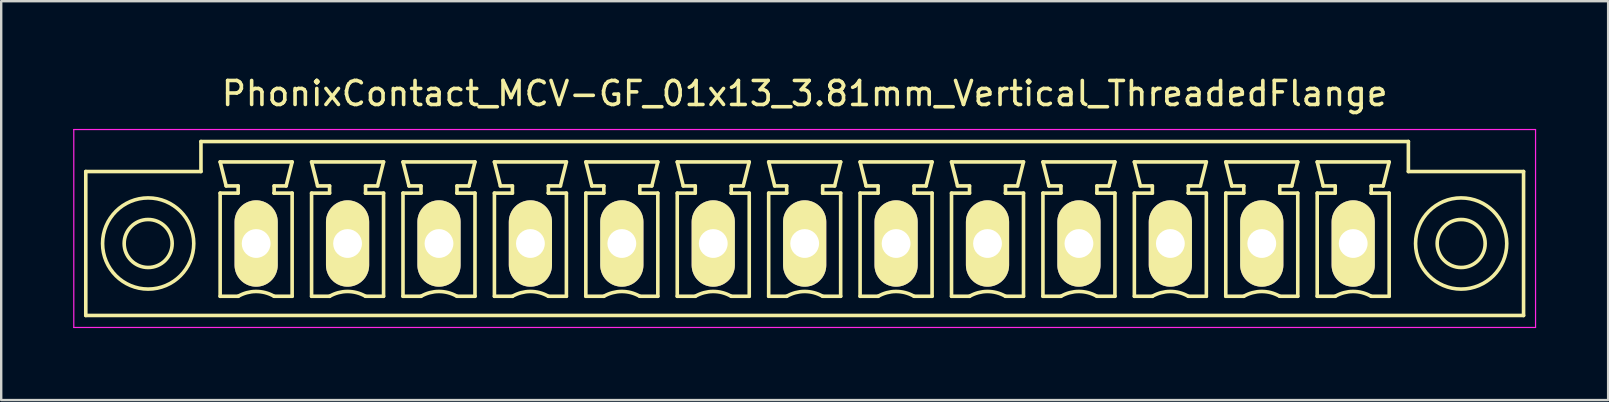
<source format=kicad_pcb>
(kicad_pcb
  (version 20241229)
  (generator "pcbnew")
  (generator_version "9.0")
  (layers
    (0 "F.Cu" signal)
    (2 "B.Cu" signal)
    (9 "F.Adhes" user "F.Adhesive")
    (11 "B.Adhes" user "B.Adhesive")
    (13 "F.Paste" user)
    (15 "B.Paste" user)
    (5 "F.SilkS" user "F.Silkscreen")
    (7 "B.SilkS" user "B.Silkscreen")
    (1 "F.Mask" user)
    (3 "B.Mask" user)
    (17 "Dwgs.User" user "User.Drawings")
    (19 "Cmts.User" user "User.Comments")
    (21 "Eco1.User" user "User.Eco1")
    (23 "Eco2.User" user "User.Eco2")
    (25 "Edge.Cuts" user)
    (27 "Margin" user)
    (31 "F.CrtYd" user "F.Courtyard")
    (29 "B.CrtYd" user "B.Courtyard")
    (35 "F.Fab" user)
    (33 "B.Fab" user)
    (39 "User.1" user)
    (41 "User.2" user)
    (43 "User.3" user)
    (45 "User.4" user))
  (footprint "PhonixContact_MCV-GF_01x13_3.81mm_Vertical_ThreadedFlange"
    (layer "F.Cu")
    (at 7.625 7.098)
    (property "Reference" "PhonixContact_MCV-GF_01x13_3.81mm_Vertical_ThreadedFlange" (at 22.86 -6.25 0) (layer "F.SilkS") (effects (font (size 1 1) (thickness 0.15))))
    (attr through_hole)
    (fp_line (start -7.1 -3) (end -7.1 3) (stroke (width 0.15) (type solid)) (layer "F.SilkS"))
    (fp_line (start -7.1 3) (end 52.82 3) (stroke (width 0.15) (type solid)) (layer "F.SilkS"))
    (fp_line (start -2.3 -4.25) (end -2.3 -3) (stroke (width 0.15) (type solid)) (layer "F.SilkS"))
    (fp_line (start -2.3 -3) (end -7.1 -3) (stroke (width 0.15) (type solid)) (layer "F.SilkS"))
    (fp_line (start -1.5 -3.4) (end 1.5 -3.4) (stroke (width 0.15) (type solid)) (layer "F.SilkS"))
    (fp_line (start -1.5 -2.1) (end -0.75 -2.1) (stroke (width 0.15) (type solid)) (layer "F.SilkS"))
    (fp_line (start -1.5 2.2) (end -1.5 -2.1) (stroke (width 0.15) (type solid)) (layer "F.SilkS"))
    (fp_line (start -1.25 -2.4) (end -1.5 -3.4) (stroke (width 0.15) (type solid)) (layer "F.SilkS"))
    (fp_line (start -0.75 -2.4) (end -1.25 -2.4) (stroke (width 0.15) (type solid)) (layer "F.SilkS"))
    (fp_line (start -0.75 -2.1) (end -0.75 -2.4) (stroke (width 0.15) (type solid)) (layer "F.SilkS"))
    (fp_line (start -0.75 2.2) (end -1.5 2.2) (stroke (width 0.15) (type solid)) (layer "F.SilkS"))
    (fp_line (start 0.75 -2.4) (end 0.75 -2.1) (stroke (width 0.15) (type solid)) (layer "F.SilkS"))
    (fp_line (start 0.75 -2.1) (end 0.75 -2.1) (stroke (width 0.15) (type solid)) (layer "F.SilkS"))
    (fp_line (start 0.75 -2.1) (end 1.5 -2.1) (stroke (width 0.15) (type solid)) (layer "F.SilkS"))
    (fp_line (start 1.25 -2.4) (end 0.75 -2.4) (stroke (width 0.15) (type solid)) (layer "F.SilkS"))
    (fp_line (start 1.5 -3.4) (end 1.25 -2.4) (stroke (width 0.15) (type solid)) (layer "F.SilkS"))
    (fp_line (start 1.5 -2.1) (end 1.5 2.2) (stroke (width 0.15) (type solid)) (layer "F.SilkS"))
    (fp_line (start 1.5 2.2) (end 0.75 2.2) (stroke (width 0.15) (type solid)) (layer "F.SilkS"))
    (fp_line (start 2.31 -3.4) (end 5.31 -3.4) (stroke (width 0.15) (type solid)) (layer "F.SilkS"))
    (fp_line (start 2.31 -2.1) (end 3.06 -2.1) (stroke (width 0.15) (type solid)) (layer "F.SilkS"))
    (fp_line (start 2.31 2.2) (end 2.31 -2.1) (stroke (width 0.15) (type solid)) (layer "F.SilkS"))
    (fp_line (start 2.56 -2.4) (end 2.31 -3.4) (stroke (width 0.15) (type solid)) (layer "F.SilkS"))
    (fp_line (start 3.06 -2.4) (end 2.56 -2.4) (stroke (width 0.15) (type solid)) (layer "F.SilkS"))
    (fp_line (start 3.06 -2.1) (end 3.06 -2.4) (stroke (width 0.15) (type solid)) (layer "F.SilkS"))
    (fp_line (start 3.06 2.2) (end 2.31 2.2) (stroke (width 0.15) (type solid)) (layer "F.SilkS"))
    (fp_line (start 4.56 -2.4) (end 4.56 -2.1) (stroke (width 0.15) (type solid)) (layer "F.SilkS"))
    (fp_line (start 4.56 -2.1) (end 4.56 -2.1) (stroke (width 0.15) (type solid)) (layer "F.SilkS"))
    (fp_line (start 4.56 -2.1) (end 5.31 -2.1) (stroke (width 0.15) (type solid)) (layer "F.SilkS"))
    (fp_line (start 5.06 -2.4) (end 4.56 -2.4) (stroke (width 0.15) (type solid)) (layer "F.SilkS"))
    (fp_line (start 5.31 -3.4) (end 5.06 -2.4) (stroke (width 0.15) (type solid)) (layer "F.SilkS"))
    (fp_line (start 5.31 -2.1) (end 5.31 2.2) (stroke (width 0.15) (type solid)) (layer "F.SilkS"))
    (fp_line (start 5.31 2.2) (end 4.56 2.2) (stroke (width 0.15) (type solid)) (layer "F.SilkS"))
    (fp_line (start 6.12 -3.4) (end 9.12 -3.4) (stroke (width 0.15) (type solid)) (layer "F.SilkS"))
    (fp_line (start 6.12 -2.1) (end 6.87 -2.1) (stroke (width 0.15) (type solid)) (layer "F.SilkS"))
    (fp_line (start 6.12 2.2) (end 6.12 -2.1) (stroke (width 0.15) (type solid)) (layer "F.SilkS"))
    (fp_line (start 6.37 -2.4) (end 6.12 -3.4) (stroke (width 0.15) (type solid)) (layer "F.SilkS"))
    (fp_line (start 6.87 -2.4) (end 6.37 -2.4) (stroke (width 0.15) (type solid)) (layer "F.SilkS"))
    (fp_line (start 6.87 -2.1) (end 6.87 -2.4) (stroke (width 0.15) (type solid)) (layer "F.SilkS"))
    (fp_line (start 6.87 2.2) (end 6.12 2.2) (stroke (width 0.15) (type solid)) (layer "F.SilkS"))
    (fp_line (start 8.37 -2.4) (end 8.37 -2.1) (stroke (width 0.15) (type solid)) (layer "F.SilkS"))
    (fp_line (start 8.37 -2.1) (end 8.37 -2.1) (stroke (width 0.15) (type solid)) (layer "F.SilkS"))
    (fp_line (start 8.37 -2.1) (end 9.12 -2.1) (stroke (width 0.15) (type solid)) (layer "F.SilkS"))
    (fp_line (start 8.87 -2.4) (end 8.37 -2.4) (stroke (width 0.15) (type solid)) (layer "F.SilkS"))
    (fp_line (start 9.12 -3.4) (end 8.87 -2.4) (stroke (width 0.15) (type solid)) (layer "F.SilkS"))
    (fp_line (start 9.12 -2.1) (end 9.12 2.2) (stroke (width 0.15) (type solid)) (layer "F.SilkS"))
    (fp_line (start 9.12 2.2) (end 8.37 2.2) (stroke (width 0.15) (type solid)) (layer "F.SilkS"))
    (fp_line (start 9.93 -3.4) (end 12.93 -3.4) (stroke (width 0.15) (type solid)) (layer "F.SilkS"))
    (fp_line (start 9.93 -2.1) (end 10.68 -2.1) (stroke (width 0.15) (type solid)) (layer "F.SilkS"))
    (fp_line (start 9.93 2.2) (end 9.93 -2.1) (stroke (width 0.15) (type solid)) (layer "F.SilkS"))
    (fp_line (start 10.18 -2.4) (end 9.93 -3.4) (stroke (width 0.15) (type solid)) (layer "F.SilkS"))
    (fp_line (start 10.68 -2.4) (end 10.18 -2.4) (stroke (width 0.15) (type solid)) (layer "F.SilkS"))
    (fp_line (start 10.68 -2.1) (end 10.68 -2.4) (stroke (width 0.15) (type solid)) (layer "F.SilkS"))
    (fp_line (start 10.68 2.2) (end 9.93 2.2) (stroke (width 0.15) (type solid)) (layer "F.SilkS"))
    (fp_line (start 12.18 -2.4) (end 12.18 -2.1) (stroke (width 0.15) (type solid)) (layer "F.SilkS"))
    (fp_line (start 12.18 -2.1) (end 12.18 -2.1) (stroke (width 0.15) (type solid)) (layer "F.SilkS"))
    (fp_line (start 12.18 -2.1) (end 12.93 -2.1) (stroke (width 0.15) (type solid)) (layer "F.SilkS"))
    (fp_line (start 12.68 -2.4) (end 12.18 -2.4) (stroke (width 0.15) (type solid)) (layer "F.SilkS"))
    (fp_line (start 12.93 -3.4) (end 12.68 -2.4) (stroke (width 0.15) (type solid)) (layer "F.SilkS"))
    (fp_line (start 12.93 -2.1) (end 12.93 2.2) (stroke (width 0.15) (type solid)) (layer "F.SilkS"))
    (fp_line (start 12.93 2.2) (end 12.18 2.2) (stroke (width 0.15) (type solid)) (layer "F.SilkS"))
    (fp_line (start 13.74 -3.4) (end 16.74 -3.4) (stroke (width 0.15) (type solid)) (layer "F.SilkS"))
    (fp_line (start 13.74 -2.1) (end 14.49 -2.1) (stroke (width 0.15) (type solid)) (layer "F.SilkS"))
    (fp_line (start 13.74 2.2) (end 13.74 -2.1) (stroke (width 0.15) (type solid)) (layer "F.SilkS"))
    (fp_line (start 13.99 -2.4) (end 13.74 -3.4) (stroke (width 0.15) (type solid)) (layer "F.SilkS"))
    (fp_line (start 14.49 -2.4) (end 13.99 -2.4) (stroke (width 0.15) (type solid)) (layer "F.SilkS"))
    (fp_line (start 14.49 -2.1) (end 14.49 -2.4) (stroke (width 0.15) (type solid)) (layer "F.SilkS"))
    (fp_line (start 14.49 2.2) (end 13.74 2.2) (stroke (width 0.15) (type solid)) (layer "F.SilkS"))
    (fp_line (start 15.99 -2.4) (end 15.99 -2.1) (stroke (width 0.15) (type solid)) (layer "F.SilkS"))
    (fp_line (start 15.99 -2.1) (end 15.99 -2.1) (stroke (width 0.15) (type solid)) (layer "F.SilkS"))
    (fp_line (start 15.99 -2.1) (end 16.74 -2.1) (stroke (width 0.15) (type solid)) (layer "F.SilkS"))
    (fp_line (start 16.49 -2.4) (end 15.99 -2.4) (stroke (width 0.15) (type solid)) (layer "F.SilkS"))
    (fp_line (start 16.74 -3.4) (end 16.49 -2.4) (stroke (width 0.15) (type solid)) (layer "F.SilkS"))
    (fp_line (start 16.74 -2.1) (end 16.74 2.2) (stroke (width 0.15) (type solid)) (layer "F.SilkS"))
    (fp_line (start 16.74 2.2) (end 15.99 2.2) (stroke (width 0.15) (type solid)) (layer "F.SilkS"))
    (fp_line (start 17.55 -3.4) (end 20.55 -3.4) (stroke (width 0.15) (type solid)) (layer "F.SilkS"))
    (fp_line (start 17.55 -2.1) (end 18.3 -2.1) (stroke (width 0.15) (type solid)) (layer "F.SilkS"))
    (fp_line (start 17.55 2.2) (end 17.55 -2.1) (stroke (width 0.15) (type solid)) (layer "F.SilkS"))
    (fp_line (start 17.8 -2.4) (end 17.55 -3.4) (stroke (width 0.15) (type solid)) (layer "F.SilkS"))
    (fp_line (start 18.3 -2.4) (end 17.8 -2.4) (stroke (width 0.15) (type solid)) (layer "F.SilkS"))
    (fp_line (start 18.3 -2.1) (end 18.3 -2.4) (stroke (width 0.15) (type solid)) (layer "F.SilkS"))
    (fp_line (start 18.3 2.2) (end 17.55 2.2) (stroke (width 0.15) (type solid)) (layer "F.SilkS"))
    (fp_line (start 19.8 -2.4) (end 19.8 -2.1) (stroke (width 0.15) (type solid)) (layer "F.SilkS"))
    (fp_line (start 19.8 -2.1) (end 19.8 -2.1) (stroke (width 0.15) (type solid)) (layer "F.SilkS"))
    (fp_line (start 19.8 -2.1) (end 20.55 -2.1) (stroke (width 0.15) (type solid)) (layer "F.SilkS"))
    (fp_line (start 20.3 -2.4) (end 19.8 -2.4) (stroke (width 0.15) (type solid)) (layer "F.SilkS"))
    (fp_line (start 20.55 -3.4) (end 20.3 -2.4) (stroke (width 0.15) (type solid)) (layer "F.SilkS"))
    (fp_line (start 20.55 -2.1) (end 20.55 2.2) (stroke (width 0.15) (type solid)) (layer "F.SilkS"))
    (fp_line (start 20.55 2.2) (end 19.8 2.2) (stroke (width 0.15) (type solid)) (layer "F.SilkS"))
    (fp_line (start 21.36 -3.4) (end 24.36 -3.4) (stroke (width 0.15) (type solid)) (layer "F.SilkS"))
    (fp_line (start 21.36 -2.1) (end 22.11 -2.1) (stroke (width 0.15) (type solid)) (layer "F.SilkS"))
    (fp_line (start 21.36 2.2) (end 21.36 -2.1) (stroke (width 0.15) (type solid)) (layer "F.SilkS"))
    (fp_line (start 21.61 -2.4) (end 21.36 -3.4) (stroke (width 0.15) (type solid)) (layer "F.SilkS"))
    (fp_line (start 22.11 -2.4) (end 21.61 -2.4) (stroke (width 0.15) (type solid)) (layer "F.SilkS"))
    (fp_line (start 22.11 -2.1) (end 22.11 -2.4) (stroke (width 0.15) (type solid)) (layer "F.SilkS"))
    (fp_line (start 22.11 2.2) (end 21.36 2.2) (stroke (width 0.15) (type solid)) (layer "F.SilkS"))
    (fp_line (start 23.61 -2.4) (end 23.61 -2.1) (stroke (width 0.15) (type solid)) (layer "F.SilkS"))
    (fp_line (start 23.61 -2.1) (end 23.61 -2.1) (stroke (width 0.15) (type solid)) (layer "F.SilkS"))
    (fp_line (start 23.61 -2.1) (end 24.36 -2.1) (stroke (width 0.15) (type solid)) (layer "F.SilkS"))
    (fp_line (start 24.11 -2.4) (end 23.61 -2.4) (stroke (width 0.15) (type solid)) (layer "F.SilkS"))
    (fp_line (start 24.36 -3.4) (end 24.11 -2.4) (stroke (width 0.15) (type solid)) (layer "F.SilkS"))
    (fp_line (start 24.36 -2.1) (end 24.36 2.2) (stroke (width 0.15) (type solid)) (layer "F.SilkS"))
    (fp_line (start 24.36 2.2) (end 23.61 2.2) (stroke (width 0.15) (type solid)) (layer "F.SilkS"))
    (fp_line (start 25.17 -3.4) (end 28.17 -3.4) (stroke (width 0.15) (type solid)) (layer "F.SilkS"))
    (fp_line (start 25.17 -2.1) (end 25.92 -2.1) (stroke (width 0.15) (type solid)) (layer "F.SilkS"))
    (fp_line (start 25.17 2.2) (end 25.17 -2.1) (stroke (width 0.15) (type solid)) (layer "F.SilkS"))
    (fp_line (start 25.42 -2.4) (end 25.17 -3.4) (stroke (width 0.15) (type solid)) (layer "F.SilkS"))
    (fp_line (start 25.92 -2.4) (end 25.42 -2.4) (stroke (width 0.15) (type solid)) (layer "F.SilkS"))
    (fp_line (start 25.92 -2.1) (end 25.92 -2.4) (stroke (width 0.15) (type solid)) (layer "F.SilkS"))
    (fp_line (start 25.92 2.2) (end 25.17 2.2) (stroke (width 0.15) (type solid)) (layer "F.SilkS"))
    (fp_line (start 27.42 -2.4) (end 27.42 -2.1) (stroke (width 0.15) (type solid)) (layer "F.SilkS"))
    (fp_line (start 27.42 -2.1) (end 27.42 -2.1) (stroke (width 0.15) (type solid)) (layer "F.SilkS"))
    (fp_line (start 27.42 -2.1) (end 28.17 -2.1) (stroke (width 0.15) (type solid)) (layer "F.SilkS"))
    (fp_line (start 27.92 -2.4) (end 27.42 -2.4) (stroke (width 0.15) (type solid)) (layer "F.SilkS"))
    (fp_line (start 28.17 -3.4) (end 27.92 -2.4) (stroke (width 0.15) (type solid)) (layer "F.SilkS"))
    (fp_line (start 28.17 -2.1) (end 28.17 2.2) (stroke (width 0.15) (type solid)) (layer "F.SilkS"))
    (fp_line (start 28.17 2.2) (end 27.42 2.2) (stroke (width 0.15) (type solid)) (layer "F.SilkS"))
    (fp_line (start 28.98 -3.4) (end 31.98 -3.4) (stroke (width 0.15) (type solid)) (layer "F.SilkS"))
    (fp_line (start 28.98 -2.1) (end 29.73 -2.1) (stroke (width 0.15) (type solid)) (layer "F.SilkS"))
    (fp_line (start 28.98 2.2) (end 28.98 -2.1) (stroke (width 0.15) (type solid)) (layer "F.SilkS"))
    (fp_line (start 29.23 -2.4) (end 28.98 -3.4) (stroke (width 0.15) (type solid)) (layer "F.SilkS"))
    (fp_line (start 29.73 -2.4) (end 29.23 -2.4) (stroke (width 0.15) (type solid)) (layer "F.SilkS"))
    (fp_line (start 29.73 -2.1) (end 29.73 -2.4) (stroke (width 0.15) (type solid)) (layer "F.SilkS"))
    (fp_line (start 29.73 2.2) (end 28.98 2.2) (stroke (width 0.15) (type solid)) (layer "F.SilkS"))
    (fp_line (start 31.23 -2.4) (end 31.23 -2.1) (stroke (width 0.15) (type solid)) (layer "F.SilkS"))
    (fp_line (start 31.23 -2.1) (end 31.23 -2.1) (stroke (width 0.15) (type solid)) (layer "F.SilkS"))
    (fp_line (start 31.23 -2.1) (end 31.98 -2.1) (stroke (width 0.15) (type solid)) (layer "F.SilkS"))
    (fp_line (start 31.73 -2.4) (end 31.23 -2.4) (stroke (width 0.15) (type solid)) (layer "F.SilkS"))
    (fp_line (start 31.98 -3.4) (end 31.73 -2.4) (stroke (width 0.15) (type solid)) (layer "F.SilkS"))
    (fp_line (start 31.98 -2.1) (end 31.98 2.2) (stroke (width 0.15) (type solid)) (layer "F.SilkS"))
    (fp_line (start 31.98 2.2) (end 31.23 2.2) (stroke (width 0.15) (type solid)) (layer "F.SilkS"))
    (fp_line (start 32.79 -3.4) (end 35.79 -3.4) (stroke (width 0.15) (type solid)) (layer "F.SilkS"))
    (fp_line (start 32.79 -2.1) (end 33.54 -2.1) (stroke (width 0.15) (type solid)) (layer "F.SilkS"))
    (fp_line (start 32.79 2.2) (end 32.79 -2.1) (stroke (width 0.15) (type solid)) (layer "F.SilkS"))
    (fp_line (start 33.04 -2.4) (end 32.79 -3.4) (stroke (width 0.15) (type solid)) (layer "F.SilkS"))
    (fp_line (start 33.54 -2.4) (end 33.04 -2.4) (stroke (width 0.15) (type solid)) (layer "F.SilkS"))
    (fp_line (start 33.54 -2.1) (end 33.54 -2.4) (stroke (width 0.15) (type solid)) (layer "F.SilkS"))
    (fp_line (start 33.54 2.2) (end 32.79 2.2) (stroke (width 0.15) (type solid)) (layer "F.SilkS"))
    (fp_line (start 35.04 -2.4) (end 35.04 -2.1) (stroke (width 0.15) (type solid)) (layer "F.SilkS"))
    (fp_line (start 35.04 -2.1) (end 35.04 -2.1) (stroke (width 0.15) (type solid)) (layer "F.SilkS"))
    (fp_line (start 35.04 -2.1) (end 35.79 -2.1) (stroke (width 0.15) (type solid)) (layer "F.SilkS"))
    (fp_line (start 35.54 -2.4) (end 35.04 -2.4) (stroke (width 0.15) (type solid)) (layer "F.SilkS"))
    (fp_line (start 35.79 -3.4) (end 35.54 -2.4) (stroke (width 0.15) (type solid)) (layer "F.SilkS"))
    (fp_line (start 35.79 -2.1) (end 35.79 2.2) (stroke (width 0.15) (type solid)) (layer "F.SilkS"))
    (fp_line (start 35.79 2.2) (end 35.04 2.2) (stroke (width 0.15) (type solid)) (layer "F.SilkS"))
    (fp_line (start 36.6 -3.4) (end 39.6 -3.4) (stroke (width 0.15) (type solid)) (layer "F.SilkS"))
    (fp_line (start 36.6 -2.1) (end 37.35 -2.1) (stroke (width 0.15) (type solid)) (layer "F.SilkS"))
    (fp_line (start 36.6 2.2) (end 36.6 -2.1) (stroke (width 0.15) (type solid)) (layer "F.SilkS"))
    (fp_line (start 36.85 -2.4) (end 36.6 -3.4) (stroke (width 0.15) (type solid)) (layer "F.SilkS"))
    (fp_line (start 37.35 -2.4) (end 36.85 -2.4) (stroke (width 0.15) (type solid)) (layer "F.SilkS"))
    (fp_line (start 37.35 -2.1) (end 37.35 -2.4) (stroke (width 0.15) (type solid)) (layer "F.SilkS"))
    (fp_line (start 37.35 2.2) (end 36.6 2.2) (stroke (width 0.15) (type solid)) (layer "F.SilkS"))
    (fp_line (start 38.85 -2.4) (end 38.85 -2.1) (stroke (width 0.15) (type solid)) (layer "F.SilkS"))
    (fp_line (start 38.85 -2.1) (end 38.85 -2.1) (stroke (width 0.15) (type solid)) (layer "F.SilkS"))
    (fp_line (start 38.85 -2.1) (end 39.6 -2.1) (stroke (width 0.15) (type solid)) (layer "F.SilkS"))
    (fp_line (start 39.35 -2.4) (end 38.85 -2.4) (stroke (width 0.15) (type solid)) (layer "F.SilkS"))
    (fp_line (start 39.6 -3.4) (end 39.35 -2.4) (stroke (width 0.15) (type solid)) (layer "F.SilkS"))
    (fp_line (start 39.6 -2.1) (end 39.6 2.2) (stroke (width 0.15) (type solid)) (layer "F.SilkS"))
    (fp_line (start 39.6 2.2) (end 38.85 2.2) (stroke (width 0.15) (type solid)) (layer "F.SilkS"))
    (fp_line (start 40.41 -3.4) (end 43.41 -3.4) (stroke (width 0.15) (type solid)) (layer "F.SilkS"))
    (fp_line (start 40.41 -2.1) (end 41.16 -2.1) (stroke (width 0.15) (type solid)) (layer "F.SilkS"))
    (fp_line (start 40.41 2.2) (end 40.41 -2.1) (stroke (width 0.15) (type solid)) (layer "F.SilkS"))
    (fp_line (start 40.66 -2.4) (end 40.41 -3.4) (stroke (width 0.15) (type solid)) (layer "F.SilkS"))
    (fp_line (start 41.16 -2.4) (end 40.66 -2.4) (stroke (width 0.15) (type solid)) (layer "F.SilkS"))
    (fp_line (start 41.16 -2.1) (end 41.16 -2.4) (stroke (width 0.15) (type solid)) (layer "F.SilkS"))
    (fp_line (start 41.16 2.2) (end 40.41 2.2) (stroke (width 0.15) (type solid)) (layer "F.SilkS"))
    (fp_line (start 42.66 -2.4) (end 42.66 -2.1) (stroke (width 0.15) (type solid)) (layer "F.SilkS"))
    (fp_line (start 42.66 -2.1) (end 42.66 -2.1) (stroke (width 0.15) (type solid)) (layer "F.SilkS"))
    (fp_line (start 42.66 -2.1) (end 43.41 -2.1) (stroke (width 0.15) (type solid)) (layer "F.SilkS"))
    (fp_line (start 43.16 -2.4) (end 42.66 -2.4) (stroke (width 0.15) (type solid)) (layer "F.SilkS"))
    (fp_line (start 43.41 -3.4) (end 43.16 -2.4) (stroke (width 0.15) (type solid)) (layer "F.SilkS"))
    (fp_line (start 43.41 -2.1) (end 43.41 2.2) (stroke (width 0.15) (type solid)) (layer "F.SilkS"))
    (fp_line (start 43.41 2.2) (end 42.66 2.2) (stroke (width 0.15) (type solid)) (layer "F.SilkS"))
    (fp_line (start 44.22 -3.4) (end 47.22 -3.4) (stroke (width 0.15) (type solid)) (layer "F.SilkS"))
    (fp_line (start 44.22 -2.1) (end 44.97 -2.1) (stroke (width 0.15) (type solid)) (layer "F.SilkS"))
    (fp_line (start 44.22 2.2) (end 44.22 -2.1) (stroke (width 0.15) (type solid)) (layer "F.SilkS"))
    (fp_line (start 44.47 -2.4) (end 44.22 -3.4) (stroke (width 0.15) (type solid)) (layer "F.SilkS"))
    (fp_line (start 44.97 -2.4) (end 44.47 -2.4) (stroke (width 0.15) (type solid)) (layer "F.SilkS"))
    (fp_line (start 44.97 -2.1) (end 44.97 -2.4) (stroke (width 0.15) (type solid)) (layer "F.SilkS"))
    (fp_line (start 44.97 2.2) (end 44.22 2.2) (stroke (width 0.15) (type solid)) (layer "F.SilkS"))
    (fp_line (start 46.47 -2.4) (end 46.47 -2.1) (stroke (width 0.15) (type solid)) (layer "F.SilkS"))
    (fp_line (start 46.47 -2.1) (end 46.47 -2.1) (stroke (width 0.15) (type solid)) (layer "F.SilkS"))
    (fp_line (start 46.47 -2.1) (end 47.22 -2.1) (stroke (width 0.15) (type solid)) (layer "F.SilkS"))
    (fp_line (start 46.97 -2.4) (end 46.47 -2.4) (stroke (width 0.15) (type solid)) (layer "F.SilkS"))
    (fp_line (start 47.22 -3.4) (end 46.97 -2.4) (stroke (width 0.15) (type solid)) (layer "F.SilkS"))
    (fp_line (start 47.22 -2.1) (end 47.22 2.2) (stroke (width 0.15) (type solid)) (layer "F.SilkS"))
    (fp_line (start 47.22 2.2) (end 46.47 2.2) (stroke (width 0.15) (type solid)) (layer "F.SilkS"))
    (fp_line (start 48.02 -4.25) (end -2.3 -4.25) (stroke (width 0.15) (type solid)) (layer "F.SilkS"))
    (fp_line (start 48.02 -3) (end 48.02 -4.25) (stroke (width 0.15) (type solid)) (layer "F.SilkS"))
    (fp_line (start 52.82 -3) (end 48.02 -3) (stroke (width 0.15) (type solid)) (layer "F.SilkS"))
    (fp_line (start 52.82 3) (end 52.82 -3) (stroke (width 0.15) (type solid)) (layer "F.SilkS"))
    (fp_arc (start -0.75 2.2) (mid -0.006068 1.999179) (end 0.739464 2.193978) (stroke (width 0.15) (type solid)) (layer "F.SilkS"))
    (fp_arc (start 3.06 2.2) (mid 3.803932 1.999179) (end 4.549464 2.193978) (stroke (width 0.15) (type solid)) (layer "F.SilkS"))
    (fp_arc (start 6.87 2.2) (mid 7.613932 1.999179) (end 8.359464 2.193978) (stroke (width 0.15) (type solid)) (layer "F.SilkS"))
    (fp_arc (start 10.68 2.2) (mid 11.423932 1.999179) (end 12.169464 2.193978) (stroke (width 0.15) (type solid)) (layer "F.SilkS"))
    (fp_arc (start 14.49 2.2) (mid 15.233932 1.999179) (end 15.979464 2.193978) (stroke (width 0.15) (type solid)) (layer "F.SilkS"))
    (fp_arc (start 18.3 2.2) (mid 19.043932 1.999179) (end 19.789464 2.193978) (stroke (width 0.15) (type solid)) (layer "F.SilkS"))
    (fp_arc (start 22.11 2.2) (mid 22.853932 1.999179) (end 23.599464 2.193978) (stroke (width 0.15) (type solid)) (layer "F.SilkS"))
    (fp_arc (start 25.92 2.2) (mid 26.663932 1.999179) (end 27.409464 2.193978) (stroke (width 0.15) (type solid)) (layer "F.SilkS"))
    (fp_arc (start 29.73 2.2) (mid 30.473932 1.999179) (end 31.219464 2.193978) (stroke (width 0.15) (type solid)) (layer "F.SilkS"))
    (fp_arc (start 33.54 2.2) (mid 34.283932 1.999179) (end 35.029464 2.193978) (stroke (width 0.15) (type solid)) (layer "F.SilkS"))
    (fp_arc (start 37.35 2.2) (mid 38.093932 1.999179) (end 38.839464 2.193978) (stroke (width 0.15) (type solid)) (layer "F.SilkS"))
    (fp_arc (start 41.16 2.2) (mid 41.903932 1.999179) (end 42.649464 2.193978) (stroke (width 0.15) (type solid)) (layer "F.SilkS"))
    (fp_arc (start 44.97 2.2) (mid 45.713932 1.999179) (end 46.459464 2.193978) (stroke (width 0.15) (type solid)) (layer "F.SilkS"))
    (fp_circle (center -4.5 0) (end -3.5 0) (stroke (width 0.15) (type solid)) (fill no) (layer "F.SilkS"))
    (fp_circle (center -4.5 0) (end -2.6 0) (stroke (width 0.15) (type solid)) (fill no) (layer "F.SilkS"))
    (fp_circle (center 50.22 0) (end 51.22 0) (stroke (width 0.15) (type solid)) (fill no) (layer "F.SilkS"))
    (fp_circle (center 50.22 0) (end 52.12 0) (stroke (width 0.15) (type solid)) (fill no) (layer "F.SilkS"))
    (fp_line (start -7.6 -4.75) (end -7.6 3.5) (stroke (width 0.05) (type solid)) (layer "F.CrtYd"))
    (fp_line (start -7.6 3.5) (end 53.32 3.5) (stroke (width 0.05) (type solid)) (layer "F.CrtYd"))
    (fp_line (start 53.32 -4.75) (end -7.6 -4.75) (stroke (width 0.05) (type solid)) (layer "F.CrtYd"))
    (fp_line (start 53.32 3.5) (end 53.32 -4.75) (stroke (width 0.05) (type solid)) (layer "F.CrtYd"))
    (pad "1" thru_hole oval (at 0 0) (size 1.8 3.6) (drill 1.2) (layers "*.Cu" "*.Mask" "F.SilkS"))
    (pad "2" thru_hole oval (at 3.81 0) (size 1.8 3.6) (drill 1.2) (layers "*.Cu" "*.Mask" "F.SilkS"))
    (pad "3" thru_hole oval (at 7.62 0) (size 1.8 3.6) (drill 1.2) (layers "*.Cu" "*.Mask" "F.SilkS"))
    (pad "4" thru_hole oval (at 11.43 0) (size 1.8 3.6) (drill 1.2) (layers "*.Cu" "*.Mask" "F.SilkS"))
    (pad "5" thru_hole oval (at 15.24 0) (size 1.8 3.6) (drill 1.2) (layers "*.Cu" "*.Mask" "F.SilkS"))
    (pad "6" thru_hole oval (at 19.05 0) (size 1.8 3.6) (drill 1.2) (layers "*.Cu" "*.Mask" "F.SilkS"))
    (pad "7" thru_hole oval (at 22.86 0) (size 1.8 3.6) (drill 1.2) (layers "*.Cu" "*.Mask" "F.SilkS"))
    (pad "8" thru_hole oval (at 26.67 0) (size 1.8 3.6) (drill 1.2) (layers "*.Cu" "*.Mask" "F.SilkS"))
    (pad "9" thru_hole oval (at 30.48 0) (size 1.8 3.6) (drill 1.2) (layers "*.Cu" "*.Mask" "F.SilkS"))
    (pad "10" thru_hole oval (at 34.29 0) (size 1.8 3.6) (drill 1.2) (layers "*.Cu" "*.Mask" "F.SilkS"))
    (pad "11" thru_hole oval (at 38.1 0) (size 1.8 3.6) (drill 1.2) (layers "*.Cu" "*.Mask" "F.SilkS"))
    (pad "12" thru_hole oval (at 41.91 0) (size 1.8 3.6) (drill 1.2) (layers "*.Cu" "*.Mask" "F.SilkS"))
    (pad "13" thru_hole oval (at 45.72 0) (size 1.8 3.6) (drill 1.2) (layers "*.Cu" "*.Mask" "F.SilkS")))
  (gr_rect
    (start -3 -3)
    (end 63.97 13.623)
    (stroke (width 0.1) (type default))
    (fill no)
    (layer "Edge.Cuts")))
</source>
